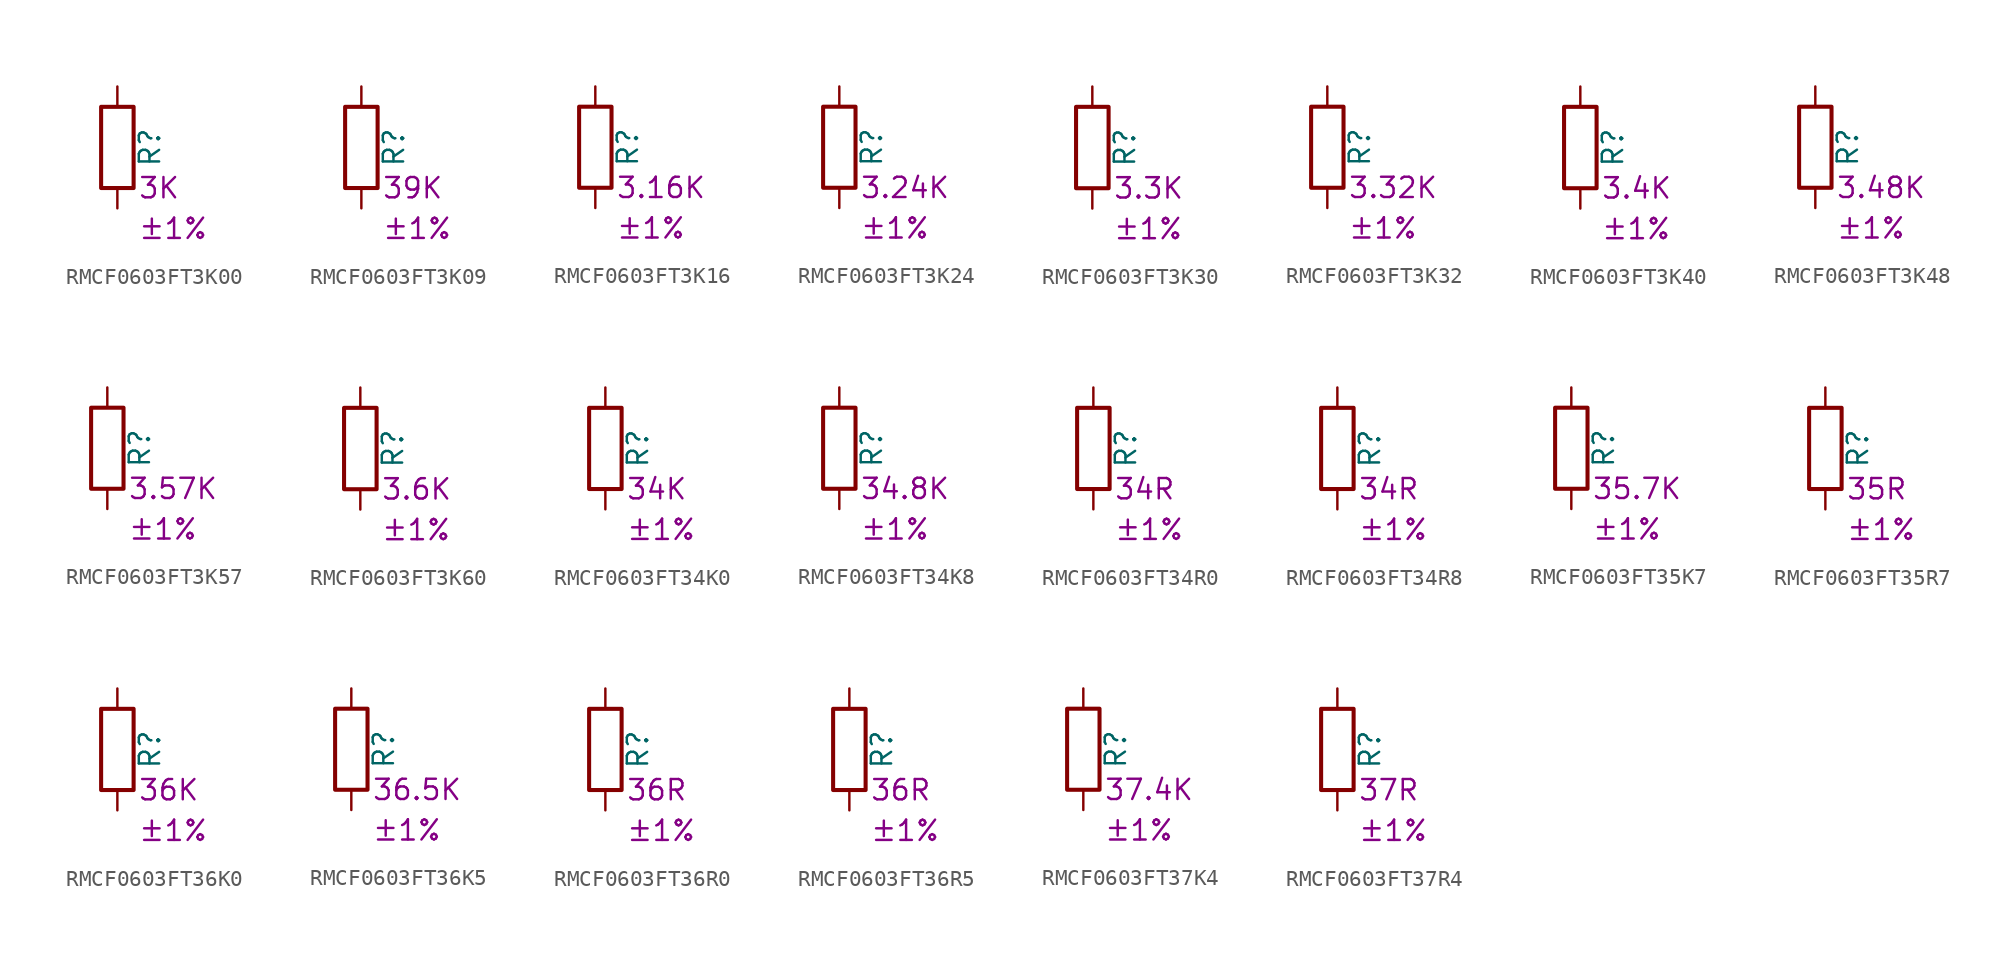
<source format=kicad_sym>
(kicad_symbol_lib
  (version 20220914)
  (generator kicad_symbol_editor)
  (symbol "RMCF0603FT3K00"
    (pin_numbers hide)
    (pin_names
      (offset 0))
    (property "Reference" "R"
      (at 2.032 0 90)
      (effects (font (size 1.27 1.27))))
    (property "Resistance" "3K"
      (at 1.27 -2.54 0)
      (effects (font (size 1.27 1.27)) (justify left)))
    (property "Tolerance" "±1%"
      (at 1.27 -5.08 0)
      (effects (font (size 1.27 1.27)) (justify left)))
    (symbol "RMCF0603FT3K00_0_1"
      (rectangle (start -1.016 -2.54) (end 1.016 2.54) (stroke (width 0.254) (type default)) (fill (type none))))
    (symbol "RMCF0603FT3K00_1_1"
      (pin passive line (at 0 3.81 270) (length 1.27) (name "~" (effects (font (size 1.27 1.27)))) (number "1" (effects (font (size 1.27 1.27)))))
      (pin passive line (at 0 -3.81 90) (length 1.27) (name "~" (effects (font (size 1.27 1.27)))) (number "2" (effects (font (size 1.27 1.27)))))))
  (symbol "RMCF0603FT3K09"
    (pin_numbers hide)
    (pin_names
      (offset 0))
    (property "Reference" "R"
      (at 2.032 0 90)
      (effects (font (size 1.27 1.27))))
    (property "Resistance" "39K"
      (at 1.27 -2.54 0)
      (effects (font (size 1.27 1.27)) (justify left)))
    (property "Tolerance" "±1%"
      (at 1.27 -5.08 0)
      (effects (font (size 1.27 1.27)) (justify left)))
    (symbol "RMCF0603FT3K09_0_1"
      (rectangle (start -1.016 -2.54) (end 1.016 2.54) (stroke (width 0.254) (type default)) (fill (type none))))
    (symbol "RMCF0603FT3K09_1_1"
      (pin passive line (at 0 3.81 270) (length 1.27) (name "~" (effects (font (size 1.27 1.27)))) (number "1" (effects (font (size 1.27 1.27)))))
      (pin passive line (at 0 -3.81 90) (length 1.27) (name "~" (effects (font (size 1.27 1.27)))) (number "2" (effects (font (size 1.27 1.27)))))))
  (symbol "RMCF0603FT3K16"
    (pin_numbers hide)
    (pin_names
      (offset 0))
    (property "Reference" "R"
      (at 2.032 0 90)
      (effects (font (size 1.27 1.27))))
    (property "Resistance" "3.16K"
      (at 1.27 -2.54 0)
      (effects (font (size 1.27 1.27)) (justify left)))
    (property "Tolerance" "±1%"
      (at 1.27 -5.08 0)
      (effects (font (size 1.27 1.27)) (justify left)))
    (symbol "RMCF0603FT3K16_0_1"
      (rectangle (start -1.016 -2.54) (end 1.016 2.54) (stroke (width 0.254) (type default)) (fill (type none))))
    (symbol "RMCF0603FT3K16_1_1"
      (pin passive line (at 0 3.81 270) (length 1.27) (name "~" (effects (font (size 1.27 1.27)))) (number "1" (effects (font (size 1.27 1.27)))))
      (pin passive line (at 0 -3.81 90) (length 1.27) (name "~" (effects (font (size 1.27 1.27)))) (number "2" (effects (font (size 1.27 1.27)))))))
  (symbol "RMCF0603FT3K24"
    (pin_numbers hide)
    (pin_names
      (offset 0))
    (property "Reference" "R"
      (at 2.032 0 90)
      (effects (font (size 1.27 1.27))))
    (property "Resistance" "3.24K"
      (at 1.27 -2.54 0)
      (effects (font (size 1.27 1.27)) (justify left)))
    (property "Tolerance" "±1%"
      (at 1.27 -5.08 0)
      (effects (font (size 1.27 1.27)) (justify left)))
    (symbol "RMCF0603FT3K24_0_1"
      (rectangle (start -1.016 -2.54) (end 1.016 2.54) (stroke (width 0.254) (type default)) (fill (type none))))
    (symbol "RMCF0603FT3K24_1_1"
      (pin passive line (at 0 3.81 270) (length 1.27) (name "~" (effects (font (size 1.27 1.27)))) (number "1" (effects (font (size 1.27 1.27)))))
      (pin passive line (at 0 -3.81 90) (length 1.27) (name "~" (effects (font (size 1.27 1.27)))) (number "2" (effects (font (size 1.27 1.27)))))))
  (symbol "RMCF0603FT3K30"
    (pin_numbers hide)
    (pin_names
      (offset 0))
    (property "Reference" "R"
      (at 2.032 0 90)
      (effects (font (size 1.27 1.27))))
    (property "Resistance" "3.3K"
      (at 1.27 -2.54 0)
      (effects (font (size 1.27 1.27)) (justify left)))
    (property "Tolerance" "±1%"
      (at 1.27 -5.08 0)
      (effects (font (size 1.27 1.27)) (justify left)))
    (symbol "RMCF0603FT3K30_0_1"
      (rectangle (start -1.016 -2.54) (end 1.016 2.54) (stroke (width 0.254) (type default)) (fill (type none))))
    (symbol "RMCF0603FT3K30_1_1"
      (pin passive line (at 0 3.81 270) (length 1.27) (name "~" (effects (font (size 1.27 1.27)))) (number "1" (effects (font (size 1.27 1.27)))))
      (pin passive line (at 0 -3.81 90) (length 1.27) (name "~" (effects (font (size 1.27 1.27)))) (number "2" (effects (font (size 1.27 1.27)))))))
  (symbol "RMCF0603FT3K32"
    (pin_numbers hide)
    (pin_names
      (offset 0))
    (property "Reference" "R"
      (at 2.032 0 90)
      (effects (font (size 1.27 1.27))))
    (property "Resistance" "3.32K"
      (at 1.27 -2.54 0)
      (effects (font (size 1.27 1.27)) (justify left)))
    (property "Tolerance" "±1%"
      (at 1.27 -5.08 0)
      (effects (font (size 1.27 1.27)) (justify left)))
    (symbol "RMCF0603FT3K32_0_1"
      (rectangle (start -1.016 -2.54) (end 1.016 2.54) (stroke (width 0.254) (type default)) (fill (type none))))
    (symbol "RMCF0603FT3K32_1_1"
      (pin passive line (at 0 3.81 270) (length 1.27) (name "~" (effects (font (size 1.27 1.27)))) (number "1" (effects (font (size 1.27 1.27)))))
      (pin passive line (at 0 -3.81 90) (length 1.27) (name "~" (effects (font (size 1.27 1.27)))) (number "2" (effects (font (size 1.27 1.27)))))))
  (symbol "RMCF0603FT3K40"
    (pin_numbers hide)
    (pin_names
      (offset 0))
    (property "Reference" "R"
      (at 2.032 0 90)
      (effects (font (size 1.27 1.27))))
    (property "Resistance" "3.4K"
      (at 1.27 -2.54 0)
      (effects (font (size 1.27 1.27)) (justify left)))
    (property "Tolerance" "±1%"
      (at 1.27 -5.08 0)
      (effects (font (size 1.27 1.27)) (justify left)))
    (symbol "RMCF0603FT3K40_0_1"
      (rectangle (start -1.016 -2.54) (end 1.016 2.54) (stroke (width 0.254) (type default)) (fill (type none))))
    (symbol "RMCF0603FT3K40_1_1"
      (pin passive line (at 0 3.81 270) (length 1.27) (name "~" (effects (font (size 1.27 1.27)))) (number "1" (effects (font (size 1.27 1.27)))))
      (pin passive line (at 0 -3.81 90) (length 1.27) (name "~" (effects (font (size 1.27 1.27)))) (number "2" (effects (font (size 1.27 1.27)))))))
  (symbol "RMCF0603FT3K48"
    (pin_numbers hide)
    (pin_names
      (offset 0))
    (property "Reference" "R"
      (at 2.032 0 90)
      (effects (font (size 1.27 1.27))))
    (property "Resistance" "3.48K"
      (at 1.27 -2.54 0)
      (effects (font (size 1.27 1.27)) (justify left)))
    (property "Tolerance" "±1%"
      (at 1.27 -5.08 0)
      (effects (font (size 1.27 1.27)) (justify left)))
    (symbol "RMCF0603FT3K48_0_1"
      (rectangle (start -1.016 -2.54) (end 1.016 2.54) (stroke (width 0.254) (type default)) (fill (type none))))
    (symbol "RMCF0603FT3K48_1_1"
      (pin passive line (at 0 3.81 270) (length 1.27) (name "~" (effects (font (size 1.27 1.27)))) (number "1" (effects (font (size 1.27 1.27)))))
      (pin passive line (at 0 -3.81 90) (length 1.27) (name "~" (effects (font (size 1.27 1.27)))) (number "2" (effects (font (size 1.27 1.27)))))))
  (symbol "RMCF0603FT3K57"
    (pin_numbers hide)
    (pin_names
      (offset 0))
    (property "Reference" "R"
      (at 2.032 0 90)
      (effects (font (size 1.27 1.27))))
    (property "Resistance" "3.57K"
      (at 1.27 -2.54 0)
      (effects (font (size 1.27 1.27)) (justify left)))
    (property "Tolerance" "±1%"
      (at 1.27 -5.08 0)
      (effects (font (size 1.27 1.27)) (justify left)))
    (symbol "RMCF0603FT3K57_0_1"
      (rectangle (start -1.016 -2.54) (end 1.016 2.54) (stroke (width 0.254) (type default)) (fill (type none))))
    (symbol "RMCF0603FT3K57_1_1"
      (pin passive line (at 0 3.81 270) (length 1.27) (name "~" (effects (font (size 1.27 1.27)))) (number "1" (effects (font (size 1.27 1.27)))))
      (pin passive line (at 0 -3.81 90) (length 1.27) (name "~" (effects (font (size 1.27 1.27)))) (number "2" (effects (font (size 1.27 1.27)))))))
  (symbol "RMCF0603FT3K60"
    (pin_numbers hide)
    (pin_names
      (offset 0))
    (property "Reference" "R"
      (at 2.032 0 90)
      (effects (font (size 1.27 1.27))))
    (property "Resistance" "3.6K"
      (at 1.27 -2.54 0)
      (effects (font (size 1.27 1.27)) (justify left)))
    (property "Tolerance" "±1%"
      (at 1.27 -5.08 0)
      (effects (font (size 1.27 1.27)) (justify left)))
    (symbol "RMCF0603FT3K60_0_1"
      (rectangle (start -1.016 -2.54) (end 1.016 2.54) (stroke (width 0.254) (type default)) (fill (type none))))
    (symbol "RMCF0603FT3K60_1_1"
      (pin passive line (at 0 3.81 270) (length 1.27) (name "~" (effects (font (size 1.27 1.27)))) (number "1" (effects (font (size 1.27 1.27)))))
      (pin passive line (at 0 -3.81 90) (length 1.27) (name "~" (effects (font (size 1.27 1.27)))) (number "2" (effects (font (size 1.27 1.27)))))))
  (symbol "RMCF0603FT34K0"
    (pin_numbers hide)
    (pin_names
      (offset 0))
    (property "Reference" "R"
      (at 2.032 0 90)
      (effects (font (size 1.27 1.27))))
    (property "Resistance" "34K"
      (at 1.27 -2.54 0)
      (effects (font (size 1.27 1.27)) (justify left)))
    (property "Tolerance" "±1%"
      (at 1.27 -5.08 0)
      (effects (font (size 1.27 1.27)) (justify left)))
    (symbol "RMCF0603FT34K0_0_1"
      (rectangle (start -1.016 -2.54) (end 1.016 2.54) (stroke (width 0.254) (type default)) (fill (type none))))
    (symbol "RMCF0603FT34K0_1_1"
      (pin passive line (at 0 3.81 270) (length 1.27) (name "~" (effects (font (size 1.27 1.27)))) (number "1" (effects (font (size 1.27 1.27)))))
      (pin passive line (at 0 -3.81 90) (length 1.27) (name "~" (effects (font (size 1.27 1.27)))) (number "2" (effects (font (size 1.27 1.27)))))))
  (symbol "RMCF0603FT34K8"
    (pin_numbers hide)
    (pin_names
      (offset 0))
    (property "Reference" "R"
      (at 2.032 0 90)
      (effects (font (size 1.27 1.27))))
    (property "Resistance" "34.8K"
      (at 1.27 -2.54 0)
      (effects (font (size 1.27 1.27)) (justify left)))
    (property "Tolerance" "±1%"
      (at 1.27 -5.08 0)
      (effects (font (size 1.27 1.27)) (justify left)))
    (symbol "RMCF0603FT34K8_0_1"
      (rectangle (start -1.016 -2.54) (end 1.016 2.54) (stroke (width 0.254) (type default)) (fill (type none))))
    (symbol "RMCF0603FT34K8_1_1"
      (pin passive line (at 0 3.81 270) (length 1.27) (name "~" (effects (font (size 1.27 1.27)))) (number "1" (effects (font (size 1.27 1.27)))))
      (pin passive line (at 0 -3.81 90) (length 1.27) (name "~" (effects (font (size 1.27 1.27)))) (number "2" (effects (font (size 1.27 1.27)))))))
  (symbol "RMCF0603FT34R0"
    (pin_numbers hide)
    (pin_names
      (offset 0))
    (property "Reference" "R"
      (at 2.032 0 90)
      (effects (font (size 1.27 1.27))))
    (property "Resistance" "34R"
      (at 1.27 -2.54 0)
      (effects (font (size 1.27 1.27)) (justify left)))
    (property "Tolerance" "±1%"
      (at 1.27 -5.08 0)
      (effects (font (size 1.27 1.27)) (justify left)))
    (symbol "RMCF0603FT34R0_0_1"
      (rectangle (start -1.016 -2.54) (end 1.016 2.54) (stroke (width 0.254) (type default)) (fill (type none))))
    (symbol "RMCF0603FT34R0_1_1"
      (pin passive line (at 0 3.81 270) (length 1.27) (name "~" (effects (font (size 1.27 1.27)))) (number "1" (effects (font (size 1.27 1.27)))))
      (pin passive line (at 0 -3.81 90) (length 1.27) (name "~" (effects (font (size 1.27 1.27)))) (number "2" (effects (font (size 1.27 1.27)))))))
  (symbol "RMCF0603FT34R8"
    (pin_numbers hide)
    (pin_names
      (offset 0))
    (property "Reference" "R"
      (at 2.032 0 90)
      (effects (font (size 1.27 1.27))))
    (property "Resistance" "34R"
      (at 1.27 -2.54 0)
      (effects (font (size 1.27 1.27)) (justify left)))
    (property "Tolerance" "±1%"
      (at 1.27 -5.08 0)
      (effects (font (size 1.27 1.27)) (justify left)))
    (symbol "RMCF0603FT34R8_0_1"
      (rectangle (start -1.016 -2.54) (end 1.016 2.54) (stroke (width 0.254) (type default)) (fill (type none))))
    (symbol "RMCF0603FT34R8_1_1"
      (pin passive line (at 0 3.81 270) (length 1.27) (name "~" (effects (font (size 1.27 1.27)))) (number "1" (effects (font (size 1.27 1.27)))))
      (pin passive line (at 0 -3.81 90) (length 1.27) (name "~" (effects (font (size 1.27 1.27)))) (number "2" (effects (font (size 1.27 1.27)))))))
  (symbol "RMCF0603FT35K7"
    (pin_numbers hide)
    (pin_names
      (offset 0))
    (property "Reference" "R"
      (at 2.032 0 90)
      (effects (font (size 1.27 1.27))))
    (property "Resistance" "35.7K"
      (at 1.27 -2.54 0)
      (effects (font (size 1.27 1.27)) (justify left)))
    (property "Tolerance" "±1%"
      (at 1.27 -5.08 0)
      (effects (font (size 1.27 1.27)) (justify left)))
    (symbol "RMCF0603FT35K7_0_1"
      (rectangle (start -1.016 -2.54) (end 1.016 2.54) (stroke (width 0.254) (type default)) (fill (type none))))
    (symbol "RMCF0603FT35K7_1_1"
      (pin passive line (at 0 3.81 270) (length 1.27) (name "~" (effects (font (size 1.27 1.27)))) (number "1" (effects (font (size 1.27 1.27)))))
      (pin passive line (at 0 -3.81 90) (length 1.27) (name "~" (effects (font (size 1.27 1.27)))) (number "2" (effects (font (size 1.27 1.27)))))))
  (symbol "RMCF0603FT35R7"
    (pin_numbers hide)
    (pin_names
      (offset 0))
    (property "Reference" "R"
      (at 2.032 0 90)
      (effects (font (size 1.27 1.27))))
    (property "Resistance" "35R"
      (at 1.27 -2.54 0)
      (effects (font (size 1.27 1.27)) (justify left)))
    (property "Tolerance" "±1%"
      (at 1.27 -5.08 0)
      (effects (font (size 1.27 1.27)) (justify left)))
    (symbol "RMCF0603FT35R7_0_1"
      (rectangle (start -1.016 -2.54) (end 1.016 2.54) (stroke (width 0.254) (type default)) (fill (type none))))
    (symbol "RMCF0603FT35R7_1_1"
      (pin passive line (at 0 3.81 270) (length 1.27) (name "~" (effects (font (size 1.27 1.27)))) (number "1" (effects (font (size 1.27 1.27)))))
      (pin passive line (at 0 -3.81 90) (length 1.27) (name "~" (effects (font (size 1.27 1.27)))) (number "2" (effects (font (size 1.27 1.27)))))))
  (symbol "RMCF0603FT36K0"
    (pin_numbers hide)
    (pin_names
      (offset 0))
    (property "Reference" "R"
      (at 2.032 0 90)
      (effects (font (size 1.27 1.27))))
    (property "Resistance" "36K"
      (at 1.27 -2.54 0)
      (effects (font (size 1.27 1.27)) (justify left)))
    (property "Tolerance" "±1%"
      (at 1.27 -5.08 0)
      (effects (font (size 1.27 1.27)) (justify left)))
    (symbol "RMCF0603FT36K0_0_1"
      (rectangle (start -1.016 -2.54) (end 1.016 2.54) (stroke (width 0.254) (type default)) (fill (type none))))
    (symbol "RMCF0603FT36K0_1_1"
      (pin passive line (at 0 3.81 270) (length 1.27) (name "~" (effects (font (size 1.27 1.27)))) (number "1" (effects (font (size 1.27 1.27)))))
      (pin passive line (at 0 -3.81 90) (length 1.27) (name "~" (effects (font (size 1.27 1.27)))) (number "2" (effects (font (size 1.27 1.27)))))))
  (symbol "RMCF0603FT36K5"
    (pin_numbers hide)
    (pin_names
      (offset 0))
    (property "Reference" "R"
      (at 2.032 0 90)
      (effects (font (size 1.27 1.27))))
    (property "Resistance" "36.5K"
      (at 1.27 -2.54 0)
      (effects (font (size 1.27 1.27)) (justify left)))
    (property "Tolerance" "±1%"
      (at 1.27 -5.08 0)
      (effects (font (size 1.27 1.27)) (justify left)))
    (symbol "RMCF0603FT36K5_0_1"
      (rectangle (start -1.016 -2.54) (end 1.016 2.54) (stroke (width 0.254) (type default)) (fill (type none))))
    (symbol "RMCF0603FT36K5_1_1"
      (pin passive line (at 0 3.81 270) (length 1.27) (name "~" (effects (font (size 1.27 1.27)))) (number "1" (effects (font (size 1.27 1.27)))))
      (pin passive line (at 0 -3.81 90) (length 1.27) (name "~" (effects (font (size 1.27 1.27)))) (number "2" (effects (font (size 1.27 1.27)))))))
  (symbol "RMCF0603FT36R0"
    (pin_numbers hide)
    (pin_names
      (offset 0))
    (property "Reference" "R"
      (at 2.032 0 90)
      (effects (font (size 1.27 1.27))))
    (property "Resistance" "36R"
      (at 1.27 -2.54 0)
      (effects (font (size 1.27 1.27)) (justify left)))
    (property "Tolerance" "±1%"
      (at 1.27 -5.08 0)
      (effects (font (size 1.27 1.27)) (justify left)))
    (symbol "RMCF0603FT36R0_0_1"
      (rectangle (start -1.016 -2.54) (end 1.016 2.54) (stroke (width 0.254) (type default)) (fill (type none))))
    (symbol "RMCF0603FT36R0_1_1"
      (pin passive line (at 0 3.81 270) (length 1.27) (name "~" (effects (font (size 1.27 1.27)))) (number "1" (effects (font (size 1.27 1.27)))))
      (pin passive line (at 0 -3.81 90) (length 1.27) (name "~" (effects (font (size 1.27 1.27)))) (number "2" (effects (font (size 1.27 1.27)))))))
  (symbol "RMCF0603FT36R5"
    (pin_numbers hide)
    (pin_names
      (offset 0))
    (property "Reference" "R"
      (at 2.032 0 90)
      (effects (font (size 1.27 1.27))))
    (property "Resistance" "36R"
      (at 1.27 -2.54 0)
      (effects (font (size 1.27 1.27)) (justify left)))
    (property "Tolerance" "±1%"
      (at 1.27 -5.08 0)
      (effects (font (size 1.27 1.27)) (justify left)))
    (symbol "RMCF0603FT36R5_0_1"
      (rectangle (start -1.016 -2.54) (end 1.016 2.54) (stroke (width 0.254) (type default)) (fill (type none))))
    (symbol "RMCF0603FT36R5_1_1"
      (pin passive line (at 0 3.81 270) (length 1.27) (name "~" (effects (font (size 1.27 1.27)))) (number "1" (effects (font (size 1.27 1.27)))))
      (pin passive line (at 0 -3.81 90) (length 1.27) (name "~" (effects (font (size 1.27 1.27)))) (number "2" (effects (font (size 1.27 1.27)))))))
  (symbol "RMCF0603FT37K4"
    (pin_numbers hide)
    (pin_names
      (offset 0))
    (property "Reference" "R"
      (at 2.032 0 90)
      (effects (font (size 1.27 1.27))))
    (property "Resistance" "37.4K"
      (at 1.27 -2.54 0)
      (effects (font (size 1.27 1.27)) (justify left)))
    (property "Tolerance" "±1%"
      (at 1.27 -5.08 0)
      (effects (font (size 1.27 1.27)) (justify left)))
    (symbol "RMCF0603FT37K4_0_1"
      (rectangle (start -1.016 -2.54) (end 1.016 2.54) (stroke (width 0.254) (type default)) (fill (type none))))
    (symbol "RMCF0603FT37K4_1_1"
      (pin passive line (at 0 3.81 270) (length 1.27) (name "~" (effects (font (size 1.27 1.27)))) (number "1" (effects (font (size 1.27 1.27)))))
      (pin passive line (at 0 -3.81 90) (length 1.27) (name "~" (effects (font (size 1.27 1.27)))) (number "2" (effects (font (size 1.27 1.27)))))))
  (symbol "RMCF0603FT37R4"
    (pin_numbers hide)
    (pin_names
      (offset 0))
    (property "Reference" "R"
      (at 2.032 0 90)
      (effects (font (size 1.27 1.27))))
    (property "Resistance" "37R"
      (at 1.27 -2.54 0)
      (effects (font (size 1.27 1.27)) (justify left)))
    (property "Tolerance" "±1%"
      (at 1.27 -5.08 0)
      (effects (font (size 1.27 1.27)) (justify left)))
    (symbol "RMCF0603FT37R4_0_1"
      (rectangle (start -1.016 -2.54) (end 1.016 2.54) (stroke (width 0.254) (type default)) (fill (type none))))
    (symbol "RMCF0603FT37R4_1_1"
      (pin passive line (at 0 3.81 270) (length 1.27) (name "~" (effects (font (size 1.27 1.27)))) (number "1" (effects (font (size 1.27 1.27)))))
      (pin passive line (at 0 -3.81 90) (length 1.27) (name "~" (effects (font (size 1.27 1.27)))) (number "2" (effects (font (size 1.27 1.27))))))))
</source>
